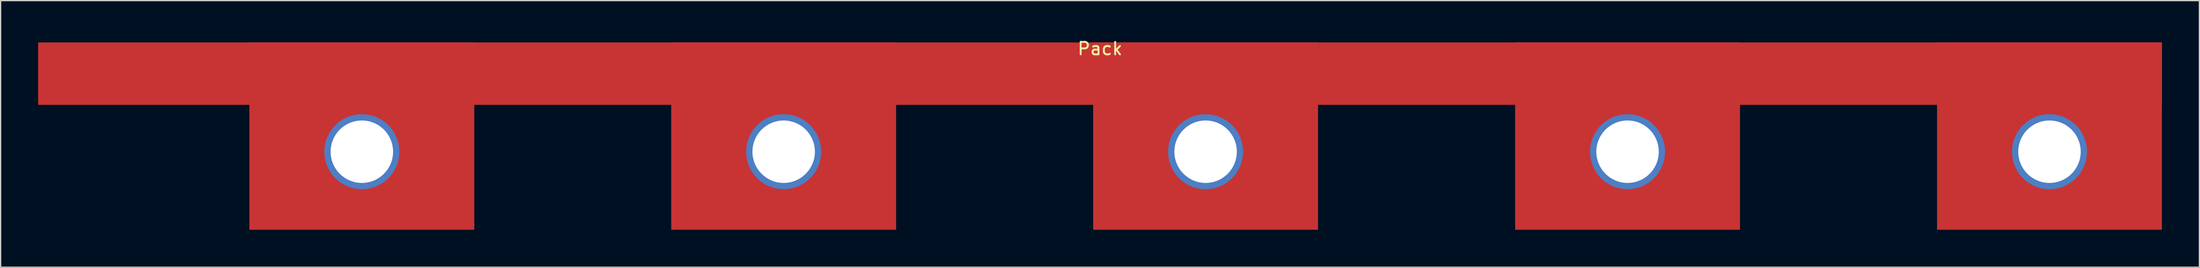
<source format=kicad_pcb>
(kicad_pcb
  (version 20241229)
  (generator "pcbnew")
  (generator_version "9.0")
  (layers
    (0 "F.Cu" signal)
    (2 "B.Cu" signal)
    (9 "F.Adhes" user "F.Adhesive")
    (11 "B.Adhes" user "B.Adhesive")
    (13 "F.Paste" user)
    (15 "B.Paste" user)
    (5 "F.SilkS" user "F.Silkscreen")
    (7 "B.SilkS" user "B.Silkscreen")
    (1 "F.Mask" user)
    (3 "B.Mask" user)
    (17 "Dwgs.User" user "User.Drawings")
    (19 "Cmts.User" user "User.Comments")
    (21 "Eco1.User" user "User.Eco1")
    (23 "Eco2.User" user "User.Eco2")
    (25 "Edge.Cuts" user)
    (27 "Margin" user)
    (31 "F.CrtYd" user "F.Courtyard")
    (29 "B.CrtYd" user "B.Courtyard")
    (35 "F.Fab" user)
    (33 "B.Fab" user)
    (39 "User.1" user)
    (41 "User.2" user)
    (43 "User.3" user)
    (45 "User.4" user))
  (footprint "Pack"
    (layer "F.Cu")
    (at 85 0.348)
    (property "Reference" "Pack" (at 0 0.5 0) (layer "F.SilkS") (effects (font (size 1 1) (thickness 0.15))))
    (attr through_hole)
    (pad "1" smd rect (at -59.086 7.5) (size 18 15) (layers "F.Cu" "F.Mask" "F.Paste"))
    (pad "1" thru_hole circle (at -59.086 8.75) (size 6 6) (drill 5) (layers "*.Cu" "*.Mask"))
    (pad "1" smd rect (at -25.322 7.5) (size 18 15) (layers "F.Cu" "F.Mask" "F.Paste"))
    (pad "1" thru_hole circle (at -25.322 8.75) (size 6 6) (drill 5) (layers "*.Cu" "*.Mask"))
    (pad "1" smd rect (at 0 2.5) (size 170 5) (layers "F.Cu" "F.Mask" "F.Paste"))
    (pad "1" smd rect (at 8.452 7.5) (size 18 15) (layers "F.Cu" "F.Mask" "F.Paste"))
    (pad "1" thru_hole circle (at 8.452 8.75) (size 6 6) (drill 5) (layers "*.Cu" "*.Mask"))
    (pad "1" smd rect (at 42.226 7.5) (size 18 15) (layers "F.Cu" "F.Mask" "F.Paste"))
    (pad "1" thru_hole circle (at 42.226 8.75) (size 6 6) (drill 5) (layers "*.Cu" "*.Mask"))
    (pad "1" smd rect (at 76 7.5) (size 18 15) (layers "F.Cu" "F.Mask" "F.Paste"))
    (pad "1" thru_hole circle (at 76 8.75) (size 6 6) (drill 5) (layers "*.Cu" "*.Mask")))
  (gr_rect
    (start -3 -3)
    (end 173 18.348)
    (stroke (width 0.1) (type default))
    (fill no)
    (layer "Edge.Cuts")))
</source>
